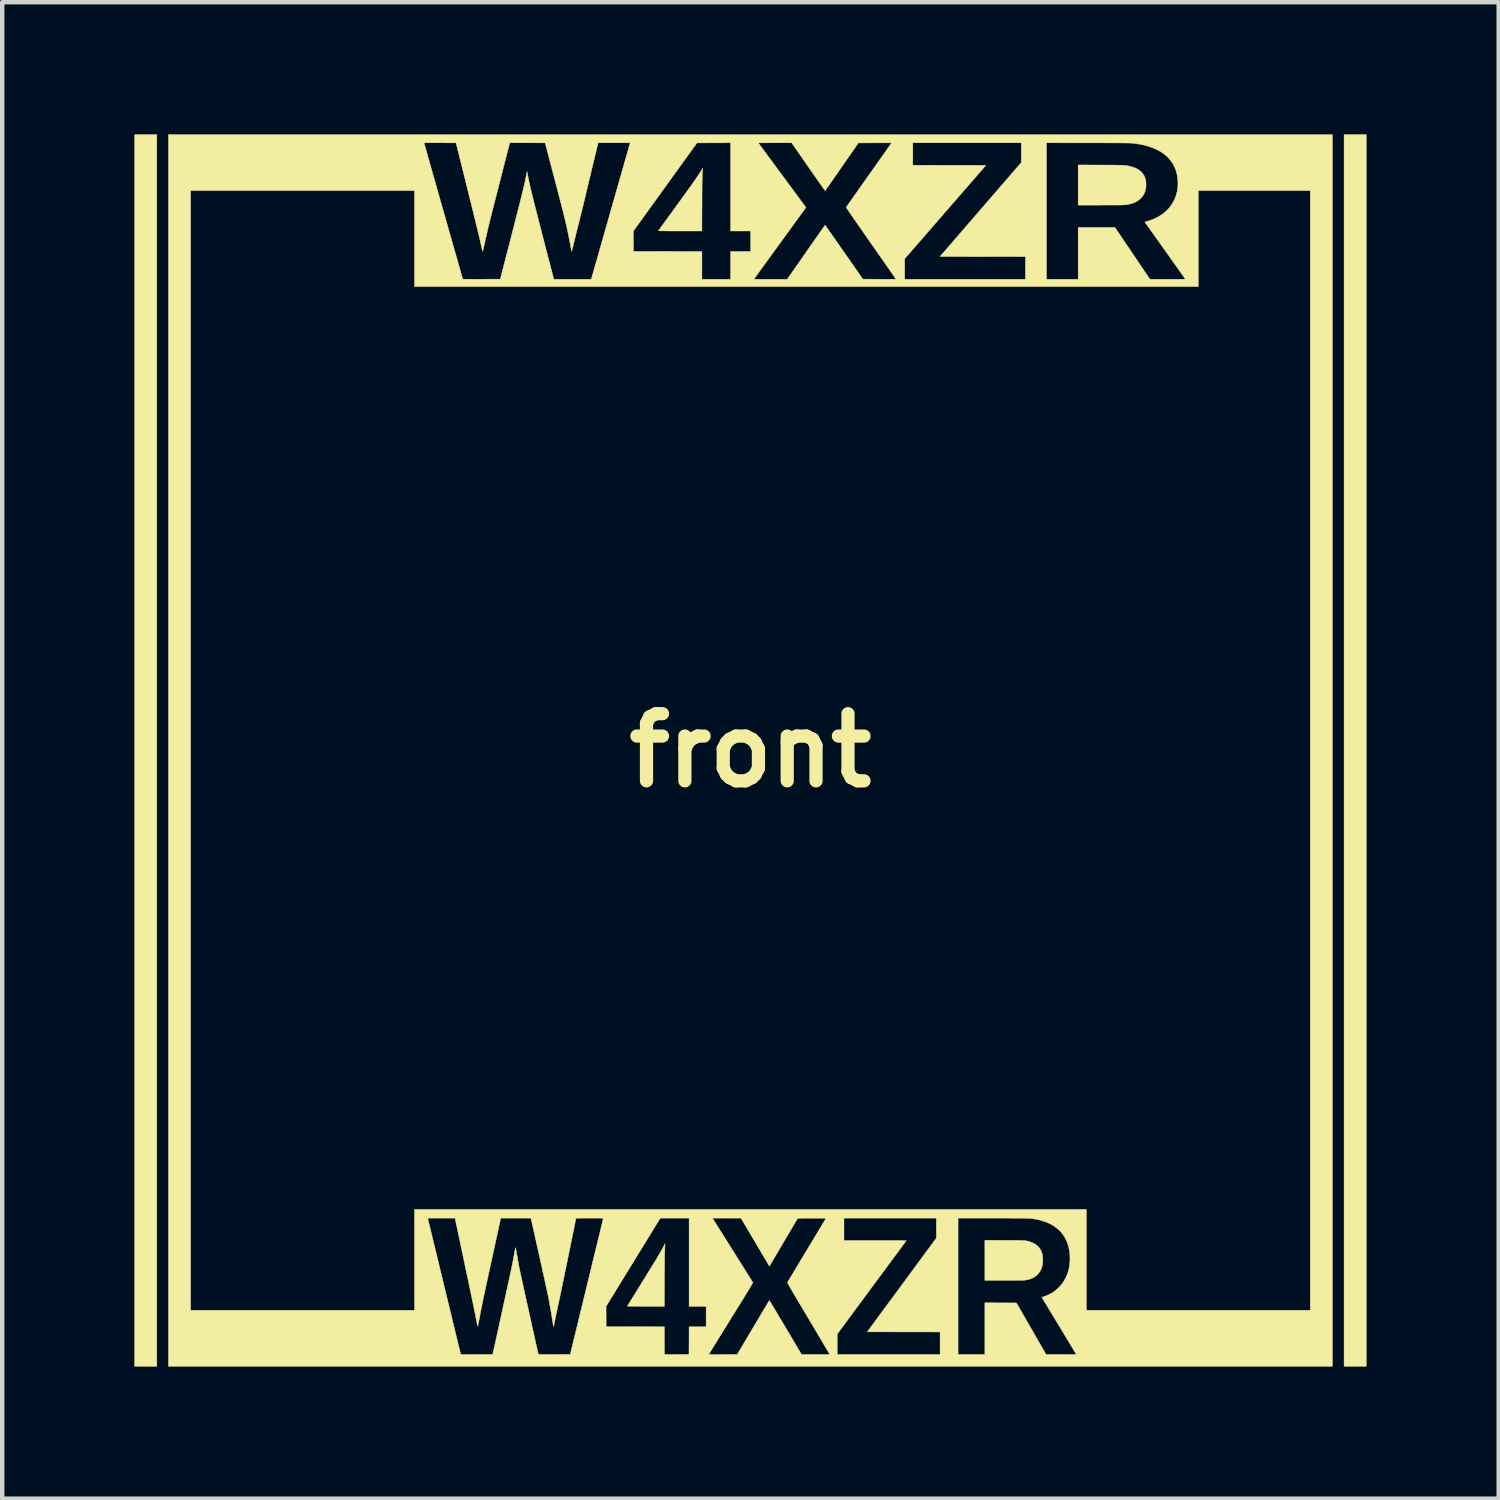
<source format=kicad_pcb>
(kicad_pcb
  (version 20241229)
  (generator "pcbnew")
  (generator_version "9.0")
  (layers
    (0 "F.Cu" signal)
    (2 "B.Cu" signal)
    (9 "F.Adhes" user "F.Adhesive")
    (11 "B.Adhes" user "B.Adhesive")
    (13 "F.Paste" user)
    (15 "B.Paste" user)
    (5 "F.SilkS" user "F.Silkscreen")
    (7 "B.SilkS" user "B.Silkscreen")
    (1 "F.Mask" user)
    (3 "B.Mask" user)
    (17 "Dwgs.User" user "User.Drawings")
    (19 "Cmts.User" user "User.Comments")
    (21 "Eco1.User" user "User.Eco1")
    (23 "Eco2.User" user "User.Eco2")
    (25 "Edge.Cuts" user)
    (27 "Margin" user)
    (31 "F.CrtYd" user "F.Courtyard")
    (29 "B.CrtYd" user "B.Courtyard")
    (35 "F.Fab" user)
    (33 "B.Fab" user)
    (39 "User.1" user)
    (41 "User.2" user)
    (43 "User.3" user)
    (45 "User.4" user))
  (footprint "front"
    (layer "F.Cu")
    (at 13.978 13.978)
    (property "Reference" "front" (at 0 0 0) (layer "F.SilkS") (effects (font (size 1.524 1.524) (thickness 0.3))))
    (attr through_hole)
    (fp_poly (pts (xy -13.47 13.973) (xy -13.973 13.973) (xy -13.973 -13.973) (xy -13.47 -13.973) (xy -13.47 13.973)) (stroke (width 0.01) (type solid)) (fill yes) (layer "F.SilkS"))
    (fp_poly (pts (xy 13.973 13.973) (xy 13.47 13.973) (xy 13.47 -13.973) (xy 13.973 -13.973) (xy 13.973 13.973)) (stroke (width 0.01) (type solid)) (fill yes) (layer "F.SilkS"))
    (fp_poly (pts (xy 5.763 11.116) (xy 5.845 11.116) (xy 5.918 11.117) (xy 5.982 11.117) (xy 6.038 11.118) (xy 6.086 11.118) (xy 6.127 11.119) (xy 6.163 11.12) (xy 6.193 11.122) (xy 6.219 11.123) (xy 6.241 11.126) (xy 6.261 11.128) (xy 6.278 11.131) (xy 6.294 11.135) (xy 6.31 11.139) (xy 6.325 11.143) (xy 6.342 11.149) (xy 6.354 11.153) (xy 6.418 11.178) (xy 6.473 11.211) (xy 6.521 11.25) (xy 6.561 11.296) (xy 6.592 11.347) (xy 6.615 11.405) (xy 6.619 11.419) (xy 6.629 11.473) (xy 6.634 11.532) (xy 6.634 11.593) (xy 6.628 11.652) (xy 6.618 11.704) (xy 6.597 11.767) (xy 6.567 11.824) (xy 6.529 11.875) (xy 6.483 11.919) (xy 6.43 11.955) (xy 6.371 11.985) (xy 6.304 12.006) (xy 6.232 12.019) (xy 6.216 12.021) (xy 6.19 12.022) (xy 6.153 12.023) (xy 6.107 12.023) (xy 6.05 12.024) (xy 5.984 12.025) (xy 5.908 12.025) (xy 5.822 12.025) (xy 5.752 12.025) (xy 5.319 12.025) (xy 5.319 11.114) (xy 5.763 11.116)) (stroke (width 0.01) (type solid)) (fill yes) (layer "F.SilkS"))
    (fp_poly (pts (xy 7.951 -13.283) (xy 8.039 -13.283) (xy 8.116 -13.283) (xy 8.185 -13.282) (xy 8.245 -13.282) (xy 8.297 -13.281) (xy 8.341 -13.281) (xy 8.38 -13.28) (xy 8.412 -13.279) (xy 8.439 -13.279) (xy 8.462 -13.278) (xy 8.481 -13.277) (xy 8.497 -13.276) (xy 8.51 -13.274) (xy 8.522 -13.273) (xy 8.525 -13.272) (xy 8.61 -13.256) (xy 8.686 -13.234) (xy 8.753 -13.207) (xy 8.812 -13.174) (xy 8.862 -13.134) (xy 8.902 -13.09) (xy 8.934 -13.039) (xy 8.957 -12.983) (xy 8.971 -12.925) (xy 8.975 -12.891) (xy 8.976 -12.851) (xy 8.976 -12.81) (xy 8.973 -12.772) (xy 8.969 -12.744) (xy 8.955 -12.686) (xy 8.935 -12.636) (xy 8.909 -12.591) (xy 8.875 -12.548) (xy 8.855 -12.528) (xy 8.81 -12.488) (xy 8.76 -12.455) (xy 8.706 -12.428) (xy 8.645 -12.407) (xy 8.576 -12.391) (xy 8.523 -12.382) (xy 8.511 -12.381) (xy 8.496 -12.38) (xy 8.479 -12.379) (xy 8.458 -12.378) (xy 8.433 -12.377) (xy 8.403 -12.376) (xy 8.368 -12.376) (xy 8.326 -12.375) (xy 8.277 -12.375) (xy 8.22 -12.375) (xy 8.156 -12.375) (xy 8.082 -12.375) (xy 7.999 -12.375) (xy 7.949 -12.374) (xy 7.436 -12.374) (xy 7.436 -13.286) (xy 7.951 -13.283)) (stroke (width 0.01) (type solid)) (fill yes) (layer "F.SilkS"))
    (fp_poly (pts (xy -1.934 11.194) (xy -1.937 11.207) (xy -1.939 11.225) (xy -1.94 11.249) (xy -1.942 11.279) (xy -1.943 11.315) (xy -1.945 11.358) (xy -1.946 11.409) (xy -1.947 11.467) (xy -1.948 11.533) (xy -1.949 11.608) (xy -1.95 11.692) (xy -1.95 11.785) (xy -1.951 11.888) (xy -1.951 11.997) (xy -1.954 12.613) (xy -2.375 12.613) (xy -2.454 12.613) (xy -2.523 12.613) (xy -2.583 12.612) (xy -2.634 12.612) (xy -2.676 12.612) (xy -2.711 12.611) (xy -2.739 12.611) (xy -2.76 12.61) (xy -2.775 12.609) (xy -2.785 12.608) (xy -2.79 12.607) (xy -2.791 12.606) (xy -2.788 12.601) (xy -2.78 12.587) (xy -2.766 12.565) (xy -2.748 12.537) (xy -2.726 12.501) (xy -2.7 12.459) (xy -2.671 12.412) (xy -2.639 12.359) (xy -2.603 12.302) (xy -2.566 12.241) (xy -2.526 12.177) (xy -2.484 12.109) (xy -2.457 12.065) (xy -2.4 11.973) (xy -2.348 11.89) (xy -2.302 11.814) (xy -2.26 11.746) (xy -2.222 11.685) (xy -2.188 11.63) (xy -2.158 11.581) (xy -2.131 11.537) (xy -2.108 11.497) (xy -2.087 11.462) (xy -2.068 11.43) (xy -2.051 11.402) (xy -2.036 11.376) (xy -2.023 11.352) (xy -2.01 11.329) (xy -1.998 11.307) (xy -1.987 11.286) (xy -1.976 11.266) (xy -1.962 11.24) (xy -1.95 11.218) (xy -1.941 11.203) (xy -1.936 11.194) (xy -1.934 11.194) (xy -1.934 11.194)) (stroke (width 0.01) (type solid)) (fill yes) (layer "F.SilkS"))
    (fp_poly (pts (xy -1.082 -13.206) (xy -1.082 -13.2) (xy -1.084 -13.186) (xy -1.086 -13.169) (xy -1.088 -13.149) (xy -1.09 -13.127) (xy -1.091 -13.1) (xy -1.092 -13.069) (xy -1.094 -13.033) (xy -1.095 -12.992) (xy -1.095 -12.945) (xy -1.096 -12.89) (xy -1.097 -12.829) (xy -1.097 -12.76) (xy -1.098 -12.682) (xy -1.099 -12.595) (xy -1.099 -12.499) (xy -1.099 -12.416) (xy -1.102 -11.787) (xy -1.596 -11.787) (xy -1.683 -11.787) (xy -1.759 -11.787) (xy -1.826 -11.787) (xy -1.884 -11.787) (xy -1.933 -11.788) (xy -1.974 -11.788) (xy -2.008 -11.789) (xy -2.035 -11.789) (xy -2.056 -11.79) (xy -2.071 -11.791) (xy -2.081 -11.792) (xy -2.086 -11.793) (xy -2.087 -11.794) (xy -2.084 -11.799) (xy -2.074 -11.812) (xy -2.059 -11.832) (xy -2.039 -11.86) (xy -2.015 -11.894) (xy -1.986 -11.934) (xy -1.953 -11.98) (xy -1.916 -12.03) (xy -1.876 -12.085) (xy -1.833 -12.144) (xy -1.788 -12.206) (xy -1.741 -12.271) (xy -1.692 -12.338) (xy -1.689 -12.343) (xy -1.619 -12.439) (xy -1.555 -12.528) (xy -1.496 -12.609) (xy -1.443 -12.683) (xy -1.395 -12.75) (xy -1.351 -12.81) (xy -1.312 -12.865) (xy -1.277 -12.915) (xy -1.246 -12.96) (xy -1.219 -13) (xy -1.194 -13.036) (xy -1.172 -13.068) (xy -1.153 -13.098) (xy -1.136 -13.125) (xy -1.121 -13.149) (xy -1.112 -13.163) (xy -1.099 -13.186) (xy -1.089 -13.2) (xy -1.084 -13.207) (xy -1.082 -13.206)) (stroke (width 0.01) (type solid)) (fill yes) (layer "F.SilkS"))
    (fp_poly (pts (xy 13.205 13.973) (xy -13.205 13.973) (xy -13.205 13.708) (xy -0.949 13.708) (xy -0.624 13.707) (xy -0.3 13.706) (xy 0.063 13.093) (xy 0.107 13.019) (xy 0.149 12.948) (xy 0.19 12.88) (xy 0.228 12.815) (xy 0.264 12.754) (xy 0.298 12.698) (xy 0.328 12.648) (xy 0.355 12.603) (xy 0.378 12.564) (xy 0.398 12.532) (xy 0.413 12.507) (xy 0.423 12.49) (xy 0.428 12.482) (xy 0.429 12.481) (xy 0.432 12.485) (xy 0.44 12.498) (xy 0.453 12.519) (xy 0.47 12.548) (xy 0.492 12.583) (xy 0.517 12.625) (xy 0.546 12.674) (xy 0.578 12.727) (xy 0.613 12.785) (xy 0.65 12.848) (xy 0.69 12.915) (xy 0.732 12.985) (xy 0.775 13.058) (xy 0.797 13.094) (xy 1.161 13.708) (xy 1.48 13.708) (xy 1.537 13.708) (xy 1.591 13.708) (xy 1.641 13.708) (xy 1.685 13.707) (xy 1.724 13.707) (xy 1.755 13.706) (xy 1.779 13.706) (xy 1.794 13.705) (xy 1.8 13.704) (xy 1.8 13.704) (xy 1.797 13.699) (xy 1.789 13.686) (xy 1.776 13.664) (xy 1.759 13.635) (xy 1.737 13.598) (xy 1.712 13.554) (xy 1.682 13.505) (xy 1.649 13.449) (xy 1.613 13.388) (xy 1.574 13.322) (xy 1.532 13.251) (xy 1.527 13.243) (xy 1.969 13.243) (xy 1.969 13.708) (xy 4.303 13.708) (xy 4.711 13.708) (xy 5.319 13.708) (xy 5.319 12.533) (xy 5.677 12.535) (xy 6.035 12.536) (xy 6.372 13.122) (xy 6.709 13.708) (xy 7.052 13.708) (xy 7.122 13.708) (xy 7.182 13.708) (xy 7.233 13.708) (xy 7.275 13.708) (xy 7.31 13.707) (xy 7.337 13.707) (xy 7.358 13.706) (xy 7.374 13.705) (xy 7.384 13.704) (xy 7.39 13.703) (xy 7.392 13.702) (xy 7.392 13.701) (xy 7.389 13.696) (xy 7.381 13.683) (xy 7.369 13.661) (xy 7.352 13.633) (xy 7.331 13.598) (xy 7.306 13.557) (xy 7.278 13.511) (xy 7.247 13.46) (xy 7.214 13.405) (xy 7.179 13.346) (xy 7.142 13.285) (xy 7.104 13.222) (xy 7.064 13.157) (xy 7.025 13.091) (xy 6.985 13.025) (xy 6.945 12.959) (xy 6.906 12.894) (xy 6.868 12.831) (xy 6.831 12.77) (xy 6.795 12.712) (xy 6.762 12.657) (xy 6.731 12.606) (xy 6.704 12.56) (xy 6.679 12.52) (xy 6.658 12.485) (xy 6.641 12.457) (xy 6.628 12.436) (xy 6.62 12.423) (xy 6.618 12.419) (xy 6.615 12.414) (xy 6.616 12.41) (xy 6.621 12.406) (xy 6.632 12.402) (xy 6.651 12.395) (xy 6.67 12.388) (xy 6.724 12.369) (xy 6.779 12.344) (xy 6.832 12.316) (xy 6.879 12.287) (xy 6.884 12.284) (xy 6.916 12.259) (xy 6.952 12.229) (xy 6.988 12.195) (xy 7.023 12.159) (xy 7.053 12.124) (xy 7.071 12.102) (xy 7.125 12.021) (xy 7.169 11.936) (xy 7.204 11.846) (xy 7.229 11.752) (xy 7.245 11.653) (xy 7.251 11.55) (xy 7.251 11.535) (xy 7.247 11.431) (xy 7.234 11.332) (xy 7.213 11.239) (xy 7.183 11.151) (xy 7.145 11.07) (xy 7.099 10.995) (xy 7.045 10.926) (xy 7.015 10.895) (xy 6.948 10.836) (xy 6.873 10.783) (xy 6.79 10.737) (xy 6.7 10.698) (xy 6.603 10.666) (xy 6.499 10.641) (xy 6.389 10.623) (xy 6.335 10.618) (xy 6.321 10.617) (xy 6.296 10.616) (xy 6.261 10.615) (xy 6.216 10.615) (xy 6.161 10.614) (xy 6.097 10.614) (xy 6.024 10.613) (xy 5.942 10.613) (xy 5.852 10.612) (xy 5.753 10.612) (xy 5.646 10.612) (xy 5.531 10.612) (xy 5.493 10.612) (xy 4.711 10.612) (xy 4.711 13.708) (xy 4.303 13.708) (xy 4.303 13.195) (xy 3.477 13.194) (xy 2.651 13.192) (xy 3.435 12.129) (xy 4.218 11.065) (xy 4.218 10.612) (xy 2.122 10.612) (xy 2.122 11.12) (xy 2.829 11.12) (xy 2.915 11.12) (xy 2.997 11.12) (xy 3.076 11.12) (xy 3.151 11.12) (xy 3.221 11.121) (xy 3.286 11.121) (xy 3.344 11.121) (xy 3.396 11.121) (xy 3.441 11.121) (xy 3.478 11.122) (xy 3.506 11.122) (xy 3.525 11.122) (xy 3.535 11.122) (xy 3.536 11.123) (xy 3.532 11.127) (xy 3.523 11.14) (xy 3.508 11.16) (xy 3.488 11.188) (xy 3.462 11.222) (xy 3.432 11.264) (xy 3.397 11.312) (xy 3.357 11.366) (xy 3.313 11.425) (xy 3.265 11.49) (xy 3.214 11.559) (xy 3.159 11.634) (xy 3.101 11.712) (xy 3.041 11.794) (xy 2.977 11.879) (xy 2.912 11.968) (xy 2.844 12.059) (xy 2.775 12.153) (xy 2.752 12.184) (xy 1.969 13.243) (xy 1.527 13.243) (xy 1.488 13.176) (xy 1.441 13.098) (xy 1.393 13.017) (xy 1.343 12.933) (xy 1.318 12.891) (xy 1.256 12.788) (xy 1.2 12.693) (xy 1.149 12.608) (xy 1.103 12.53) (xy 1.061 12.46) (xy 1.024 12.397) (xy 0.991 12.34) (xy 0.962 12.291) (xy 0.937 12.247) (xy 0.915 12.21) (xy 0.896 12.177) (xy 0.881 12.15) (xy 0.868 12.128) (xy 0.858 12.109) (xy 0.85 12.095) (xy 0.845 12.084) (xy 0.842 12.077) (xy 0.841 12.072) (xy 0.841 12.07) (xy 0.844 12.065) (xy 0.852 12.05) (xy 0.865 12.028) (xy 0.883 11.998) (xy 0.906 11.961) (xy 0.932 11.918) (xy 0.962 11.868) (xy 0.995 11.812) (xy 1.031 11.752) (xy 1.07 11.687) (xy 1.112 11.617) (xy 1.156 11.544) (xy 1.202 11.468) (xy 1.249 11.389) (xy 1.28 11.338) (xy 1.328 11.258) (xy 1.375 11.181) (xy 1.42 11.106) (xy 1.463 11.034) (xy 1.504 10.967) (xy 1.542 10.904) (xy 1.576 10.846) (xy 1.608 10.793) (xy 1.636 10.746) (xy 1.661 10.706) (xy 1.681 10.672) (xy 1.697 10.646) (xy 1.708 10.627) (xy 1.714 10.617) (xy 1.715 10.615) (xy 1.71 10.614) (xy 1.695 10.614) (xy 1.671 10.613) (xy 1.64 10.613) (xy 1.601 10.613) (xy 1.557 10.613) (xy 1.508 10.613) (xy 1.454 10.613) (xy 1.397 10.613) (xy 1.394 10.613) (xy 1.073 10.615) (xy 0.751 11.159) (xy 0.43 11.702) (xy 0.108 11.157) (xy -0.214 10.612) (xy -0.539 10.612) (xy -0.863 10.612) (xy -0.849 10.634) (xy -0.83 10.665) (xy -0.806 10.701) (xy -0.78 10.744) (xy -0.749 10.792) (xy -0.716 10.845) (xy -0.68 10.902) (xy -0.642 10.962) (xy -0.602 11.026) (xy -0.56 11.092) (xy -0.517 11.161) (xy -0.473 11.23) (xy -0.429 11.301) (xy -0.384 11.372) (xy -0.34 11.442) (xy -0.296 11.512) (xy -0.254 11.579) (xy -0.212 11.645) (xy -0.173 11.709) (xy -0.135 11.769) (xy -0.1 11.825) (xy -0.067 11.877) (xy -0.037 11.924) (xy -0.011 11.966) (xy 0.011 12.001) (xy 0.029 12.03) (xy 0.042 12.051) (xy 0.051 12.065) (xy 0.054 12.07) (xy 0.054 12.07) (xy 0.054 12.073) (xy 0.052 12.078) (xy 0.049 12.085) (xy 0.043 12.096) (xy 0.036 12.11) (xy 0.025 12.128) (xy 0.013 12.15) (xy -0.003 12.176) (xy -0.022 12.208) (xy -0.044 12.245) (xy -0.07 12.287) (xy -0.1 12.335) (xy -0.133 12.39) (xy -0.171 12.452) (xy -0.214 12.521) (xy -0.261 12.597) (xy -0.313 12.681) (xy -0.37 12.773) (xy -0.433 12.874) (xy -0.435 12.877) (xy -0.487 12.962) (xy -0.537 13.044) (xy -0.587 13.123) (xy -0.634 13.199) (xy -0.678 13.271) (xy -0.721 13.339) (xy -0.76 13.403) (xy -0.796 13.461) (xy -0.829 13.514) (xy -0.858 13.561) (xy -0.883 13.602) (xy -0.904 13.635) (xy -0.92 13.661) (xy -0.931 13.68) (xy -0.937 13.69) (xy -0.938 13.691) (xy -0.949 13.708) (xy -13.205 13.708) (xy -13.205 -12.703) (xy -12.703 -12.703) (xy -12.703 12.703) (xy -7.622 12.703) (xy -7.622 10.612) (xy -7.324 10.612) (xy -7.317 10.64) (xy -7.315 10.647) (xy -7.311 10.664) (xy -7.305 10.691) (xy -7.296 10.727) (xy -7.285 10.771) (xy -7.272 10.824) (xy -7.258 10.884) (xy -7.241 10.952) (xy -7.223 11.027) (xy -7.203 11.109) (xy -7.182 11.196) (xy -7.159 11.29) (xy -7.135 11.388) (xy -7.11 11.492) (xy -7.084 11.6) (xy -7.057 11.713) (xy -7.029 11.829) (xy -7 11.948) (xy -6.97 12.07) (xy -6.944 12.179) (xy -6.914 12.303) (xy -6.885 12.424) (xy -6.856 12.543) (xy -6.828 12.658) (xy -6.801 12.769) (xy -6.775 12.876) (xy -6.751 12.978) (xy -6.727 13.075) (xy -6.705 13.167) (xy -6.684 13.253) (xy -6.665 13.332) (xy -6.647 13.405) (xy -6.631 13.471) (xy -6.617 13.529) (xy -6.605 13.58) (xy -6.594 13.622) (xy -6.586 13.655) (xy -6.58 13.679) (xy -6.577 13.694) (xy -6.576 13.699) (xy -6.575 13.701) (xy -6.572 13.702) (xy -6.568 13.704) (xy -6.56 13.705) (xy -6.549 13.706) (xy -6.534 13.706) (xy -6.513 13.707) (xy -6.487 13.707) (xy -6.454 13.708) (xy -6.414 13.708) (xy -6.366 13.708) (xy -6.309 13.708) (xy -6.243 13.708) (xy -6.211 13.708) (xy -5.85 13.708) (xy -5.846 13.695) (xy -5.844 13.685) (xy -5.84 13.666) (xy -5.833 13.638) (xy -5.825 13.601) (xy -5.815 13.556) (xy -5.804 13.505) (xy -5.791 13.446) (xy -5.777 13.382) (xy -5.762 13.313) (xy -5.746 13.239) (xy -5.729 13.161) (xy -5.711 13.08) (xy -5.692 12.996) (xy -5.674 12.91) (xy -5.655 12.823) (xy -5.635 12.735) (xy -5.616 12.646) (xy -5.597 12.559) (xy -5.578 12.472) (xy -5.559 12.387) (xy -5.541 12.305) (xy -5.524 12.226) (xy -5.508 12.15) (xy -5.492 12.079) (xy -5.478 12.013) (xy -5.465 11.952) (xy -5.453 11.897) (xy -5.443 11.85) (xy -5.434 11.81) (xy -5.427 11.778) (xy -5.422 11.755) (xy -5.42 11.745) (xy -5.41 11.695) (xy -5.399 11.639) (xy -5.387 11.58) (xy -5.376 11.522) (xy -5.366 11.468) (xy -5.362 11.443) (xy -5.355 11.404) (xy -5.348 11.368) (xy -5.342 11.337) (xy -5.337 11.312) (xy -5.334 11.294) (xy -5.332 11.285) (xy -5.331 11.284) (xy -5.329 11.285) (xy -5.326 11.295) (xy -5.323 11.312) (xy -5.321 11.324) (xy -5.317 11.346) (xy -5.312 11.376) (xy -5.306 11.413) (xy -5.298 11.455) (xy -5.29 11.5) (xy -5.282 11.546) (xy -5.274 11.591) (xy -5.266 11.634) (xy -5.26 11.672) (xy -5.254 11.703) (xy -5.25 11.723) (xy -5.247 11.739) (xy -5.242 11.763) (xy -5.235 11.796) (xy -5.226 11.836) (xy -5.215 11.884) (xy -5.203 11.939) (xy -5.19 12) (xy -5.176 12.066) (xy -5.16 12.137) (xy -5.144 12.212) (xy -5.126 12.291) (xy -5.108 12.373) (xy -5.09 12.457) (xy -5.071 12.543) (xy -5.051 12.63) (xy -5.032 12.718) (xy -5.013 12.806) (xy -4.993 12.893) (xy -4.974 12.979) (xy -4.956 13.063) (xy -4.938 13.144) (xy -4.92 13.222) (xy -4.904 13.297) (xy -4.888 13.367) (xy -4.874 13.433) (xy -4.86 13.492) (xy -4.848 13.546) (xy -4.838 13.593) (xy -4.829 13.632) (xy -4.822 13.664) (xy -4.816 13.687) (xy -4.813 13.7) (xy -4.812 13.704) (xy -4.806 13.705) (xy -4.79 13.706) (xy -4.766 13.706) (xy -4.734 13.707) (xy -4.694 13.707) (xy -4.649 13.707) (xy -4.598 13.707) (xy -4.542 13.707) (xy -4.483 13.707) (xy -4.448 13.707) (xy -4.089 13.706) (xy -3.824 12.615) (xy -3.276 12.615) (xy -3.275 12.845) (xy -3.274 13.076) (xy -1.953 13.078) (xy -1.953 13.39) (xy -1.953 13.446) (xy -1.953 13.5) (xy -1.953 13.549) (xy -1.952 13.593) (xy -1.952 13.631) (xy -1.951 13.662) (xy -1.951 13.685) (xy -1.95 13.7) (xy -1.949 13.705) (xy -1.944 13.705) (xy -1.928 13.706) (xy -1.904 13.706) (xy -1.873 13.707) (xy -1.834 13.707) (xy -1.791 13.707) (xy -1.742 13.707) (xy -1.69 13.707) (xy -1.67 13.707) (xy -1.395 13.706) (xy -1.393 13.392) (xy -1.392 13.078) (xy -1.006 13.078) (xy -1.006 12.613) (xy -1.392 12.613) (xy -1.392 10.612) (xy -1.719 10.612) (xy -2.046 10.612) (xy -2.661 11.614) (xy -3.276 12.615) (xy -3.824 12.615) (xy -3.714 12.165) (xy -3.684 12.04) (xy -3.654 11.918) (xy -3.625 11.798) (xy -3.597 11.682) (xy -3.57 11.57) (xy -3.544 11.462) (xy -3.518 11.358) (xy -3.495 11.26) (xy -3.472 11.167) (xy -3.451 11.08) (xy -3.431 10.999) (xy -3.413 10.925) (xy -3.397 10.858) (xy -3.383 10.798) (xy -3.37 10.746) (xy -3.36 10.703) (xy -3.351 10.668) (xy -3.345 10.642) (xy -3.341 10.625) (xy -3.34 10.619) (xy -3.34 10.619) (xy -3.342 10.617) (xy -3.348 10.616) (xy -3.36 10.615) (xy -3.378 10.614) (xy -3.402 10.613) (xy -3.433 10.613) (xy -3.473 10.612) (xy -3.52 10.612) (xy -3.577 10.612) (xy -3.644 10.612) (xy -3.649 10.612) (xy -3.706 10.612) (xy -3.758 10.612) (xy -3.807 10.612) (xy -3.851 10.613) (xy -3.888 10.613) (xy -3.919 10.613) (xy -3.941 10.614) (xy -3.955 10.614) (xy -3.959 10.615) (xy -3.96 10.621) (xy -3.963 10.637) (xy -3.968 10.662) (xy -3.975 10.695) (xy -3.983 10.737) (xy -3.993 10.785) (xy -4.004 10.84) (xy -4.016 10.901) (xy -4.03 10.967) (xy -4.044 11.038) (xy -4.06 11.113) (xy -4.076 11.191) (xy -4.092 11.272) (xy -4.109 11.355) (xy -4.126 11.439) (xy -4.144 11.524) (xy -4.161 11.61) (xy -4.179 11.695) (xy -4.196 11.779) (xy -4.213 11.861) (xy -4.229 11.941) (xy -4.245 12.017) (xy -4.26 12.091) (xy -4.275 12.16) (xy -4.288 12.224) (xy -4.3 12.282) (xy -4.311 12.334) (xy -4.32 12.38) (xy -4.328 12.418) (xy -4.335 12.448) (xy -4.339 12.469) (xy -4.34 12.472) (xy -4.351 12.522) (xy -4.362 12.576) (xy -4.375 12.633) (xy -4.387 12.691) (xy -4.4 12.75) (xy -4.412 12.808) (xy -4.423 12.862) (xy -4.433 12.913) (xy -4.442 12.958) (xy -4.45 12.995) (xy -4.456 13.025) (xy -4.457 13.031) (xy -4.461 13.049) (xy -4.464 13.063) (xy -4.467 13.069) (xy -4.468 13.065) (xy -4.471 13.052) (xy -4.476 13.031) (xy -4.481 13.002) (xy -4.486 12.969) (xy -4.493 12.931) (xy -4.495 12.913) (xy -4.52 12.76) (xy -4.546 12.612) (xy -4.571 12.472) (xy -4.581 12.417) (xy -4.584 12.404) (xy -4.589 12.381) (xy -4.596 12.349) (xy -4.604 12.309) (xy -4.615 12.262) (xy -4.627 12.207) (xy -4.64 12.147) (xy -4.654 12.081) (xy -4.67 12.01) (xy -4.686 11.935) (xy -4.704 11.856) (xy -4.722 11.775) (xy -4.74 11.692) (xy -4.759 11.608) (xy -4.778 11.522) (xy -4.796 11.437) (xy -4.815 11.353) (xy -4.834 11.27) (xy -4.852 11.189) (xy -4.869 11.11) (xy -4.886 11.036) (xy -4.901 10.965) (xy -4.916 10.899) (xy -4.93 10.839) (xy -4.942 10.785) (xy -4.952 10.739) (xy -4.961 10.699) (xy -4.968 10.668) (xy -4.971 10.658) (xy -4.981 10.612) (xy -5.666 10.612) (xy -5.863 11.518) (xy -5.89 11.64) (xy -5.914 11.753) (xy -5.937 11.856) (xy -5.957 11.95) (xy -5.976 12.037) (xy -5.993 12.116) (xy -6.009 12.189) (xy -6.023 12.255) (xy -6.036 12.316) (xy -6.048 12.373) (xy -6.059 12.424) (xy -6.069 12.473) (xy -6.078 12.518) (xy -6.087 12.561) (xy -6.095 12.602) (xy -6.103 12.641) (xy -6.111 12.68) (xy -6.119 12.719) (xy -6.126 12.759) (xy -6.134 12.8) (xy -6.142 12.843) (xy -6.148 12.872) (xy -6.156 12.915) (xy -6.164 12.955) (xy -6.171 12.99) (xy -6.177 13.02) (xy -6.181 13.044) (xy -6.185 13.059) (xy -6.186 13.064) (xy -6.188 13.063) (xy -6.192 13.051) (xy -6.197 13.03) (xy -6.204 13) (xy -6.21 12.968) (xy -6.217 12.933) (xy -6.225 12.894) (xy -6.233 12.852) (xy -6.242 12.805) (xy -6.253 12.754) (xy -6.264 12.697) (xy -6.277 12.635) (xy -6.291 12.567) (xy -6.307 12.492) (xy -6.323 12.411) (xy -6.342 12.323) (xy -6.362 12.227) (xy -6.384 12.123) (xy -6.407 12.011) (xy -6.433 11.889) (xy -6.461 11.759) (xy -6.49 11.619) (xy -6.513 11.51) (xy -6.703 10.612) (xy -7.324 10.612) (xy -7.622 10.612) (xy -7.622 10.416) (xy 7.622 10.416) (xy 7.622 12.703) (xy 12.703 12.703) (xy 12.703 -12.703) (xy 10.162 -12.703) (xy 10.162 -10.527) (xy -7.622 -10.527) (xy -7.622 -12.703) (xy -12.703 -12.703) (xy -13.205 -12.703) (xy -13.205 -13.788) (xy -7.406 -13.788) (xy -7.403 -13.773) (xy -7.401 -13.767) (xy -7.397 -13.751) (xy -7.39 -13.726) (xy -7.38 -13.693) (xy -7.369 -13.651) (xy -7.354 -13.601) (xy -7.338 -13.544) (xy -7.32 -13.48) (xy -7.3 -13.41) (xy -7.279 -13.334) (xy -7.256 -13.253) (xy -7.231 -13.167) (xy -7.206 -13.076) (xy -7.179 -12.982) (xy -7.151 -12.884) (xy -7.122 -12.783) (xy -7.093 -12.679) (xy -7.063 -12.574) (xy -7.033 -12.467) (xy -7.002 -12.359) (xy -6.971 -12.251) (xy -6.94 -12.142) (xy -6.909 -12.034) (xy -6.879 -11.927) (xy -6.849 -11.821) (xy -6.819 -11.717) (xy -6.79 -11.615) (xy -6.762 -11.516) (xy -6.735 -11.421) (xy -6.709 -11.329) (xy -6.684 -11.242) (xy -6.66 -11.159) (xy -6.638 -11.081) (xy -6.618 -11.01) (xy -6.599 -10.944) (xy -6.582 -10.885) (xy -6.568 -10.833) (xy -6.555 -10.789) (xy -6.545 -10.753) (xy -6.537 -10.726) (xy -6.532 -10.707) (xy -6.529 -10.699) (xy -6.529 -10.698) (xy -6.526 -10.697) (xy -6.52 -10.696) (xy -6.508 -10.695) (xy -6.491 -10.694) (xy -6.468 -10.693) (xy -6.439 -10.693) (xy -6.402 -10.693) (xy -6.358 -10.692) (xy -6.305 -10.692) (xy -6.243 -10.692) (xy -6.172 -10.692) (xy -6.101 -10.693) (xy -5.676 -10.694) (xy -5.466 -11.509) (xy -5.432 -11.642) (xy -5.4 -11.766) (xy -5.371 -11.88) (xy -5.344 -11.985) (xy -5.319 -12.082) (xy -5.296 -12.171) (xy -5.276 -12.252) (xy -5.257 -12.327) (xy -5.239 -12.395) (xy -5.223 -12.458) (xy -5.209 -12.514) (xy -5.196 -12.566) (xy -5.185 -12.613) (xy -5.174 -12.657) (xy -5.164 -12.696) (xy -5.156 -12.733) (xy -5.148 -12.767) (xy -5.14 -12.798) (xy -5.133 -12.828) (xy -5.127 -12.857) (xy -5.121 -12.885) (xy -5.116 -12.906) (xy -5.107 -12.948) (xy -5.099 -12.988) (xy -5.091 -13.024) (xy -5.084 -13.055) (xy -5.079 -13.08) (xy -5.075 -13.097) (xy -5.075 -13.1) (xy -5.067 -13.134) (xy -5.058 -13.081) (xy -5.051 -13.046) (xy -5.045 -13.01) (xy -5.038 -12.974) (xy -5.03 -12.936) (xy -5.021 -12.896) (xy -5.012 -12.853) (xy -5.002 -12.808) (xy -4.99 -12.759) (xy -4.978 -12.705) (xy -4.964 -12.648) (xy -4.949 -12.585) (xy -4.932 -12.516) (xy -4.913 -12.442) (xy -4.893 -12.361) (xy -4.87 -12.273) (xy -4.846 -12.177) (xy -4.819 -12.073) (xy -4.79 -11.96) (xy -4.759 -11.838) (xy -4.725 -11.706) (xy -4.723 -11.7) (xy -4.698 -11.601) (xy -4.673 -11.505) (xy -4.649 -11.412) (xy -4.626 -11.323) (xy -4.604 -11.238) (xy -4.583 -11.157) (xy -4.563 -11.082) (xy -4.545 -11.012) (xy -4.529 -10.948) (xy -4.514 -10.891) (xy -4.501 -10.841) (xy -4.49 -10.799) (xy -4.481 -10.765) (xy -4.475 -10.74) (xy -4.471 -10.725) (xy -4.469 -10.719) (xy -4.462 -10.691) (xy -3.612 -10.691) (xy -3.3 -11.784) (xy -2.657 -11.784) (xy -2.656 -11.554) (xy -2.654 -11.324) (xy -1.878 -11.323) (xy -1.101 -11.321) (xy -1.101 -10.691) (xy -0.45 -10.691) (xy -0.45 -10.694) (xy 0.079 -10.694) (xy 0.085 -10.694) (xy 0.099 -10.693) (xy 0.123 -10.693) (xy 0.155 -10.693) (xy 0.194 -10.692) (xy 0.24 -10.692) (xy 0.291 -10.692) (xy 0.347 -10.692) (xy 0.406 -10.691) (xy 0.457 -10.691) (xy 0.835 -10.691) (xy 3.499 -10.691) (xy 6.24 -10.691) (xy 6.717 -10.691) (xy 7.436 -10.691) (xy 7.436 -11.866) (xy 8.271 -11.866) (xy 8.668 -11.279) (xy 9.064 -10.692) (xy 9.468 -10.692) (xy 9.55 -10.692) (xy 9.622 -10.692) (xy 9.683 -10.692) (xy 9.736 -10.692) (xy 9.779 -10.693) (xy 9.813 -10.693) (xy 9.839 -10.694) (xy 9.856 -10.695) (xy 9.866 -10.696) (xy 9.868 -10.697) (xy 9.865 -10.702) (xy 9.855 -10.715) (xy 9.841 -10.736) (xy 9.821 -10.764) (xy 9.796 -10.798) (xy 9.767 -10.839) (xy 9.734 -10.886) (xy 9.698 -10.938) (xy 9.657 -10.994) (xy 9.614 -11.055) (xy 9.568 -11.12) (xy 9.519 -11.189) (xy 9.469 -11.26) (xy 9.417 -11.333) (xy 9.407 -11.347) (xy 8.949 -11.991) (xy 8.975 -11.998) (xy 9.08 -12.03) (xy 9.177 -12.069) (xy 9.267 -12.116) (xy 9.349 -12.169) (xy 9.423 -12.228) (xy 9.488 -12.295) (xy 9.546 -12.367) (xy 9.595 -12.447) (xy 9.636 -12.532) (xy 9.659 -12.596) (xy 9.682 -12.681) (xy 9.696 -12.77) (xy 9.701 -12.862) (xy 9.697 -12.954) (xy 9.685 -13.045) (xy 9.664 -13.133) (xy 9.653 -13.165) (xy 9.619 -13.249) (xy 9.576 -13.328) (xy 9.524 -13.4) (xy 9.464 -13.467) (xy 9.395 -13.527) (xy 9.317 -13.581) (xy 9.231 -13.629) (xy 9.136 -13.671) (xy 9.058 -13.699) (xy 8.995 -13.718) (xy 8.933 -13.735) (xy 8.869 -13.749) (xy 8.8 -13.761) (xy 8.724 -13.772) (xy 8.701 -13.775) (xy 8.692 -13.777) (xy 8.681 -13.778) (xy 8.67 -13.779) (xy 8.656 -13.779) (xy 8.641 -13.78) (xy 8.622 -13.781) (xy 8.6 -13.782) (xy 8.575 -13.782) (xy 8.545 -13.783) (xy 8.511 -13.783) (xy 8.471 -13.784) (xy 8.426 -13.784) (xy 8.375 -13.784) (xy 8.317 -13.785) (xy 8.252 -13.785) (xy 8.179 -13.785) (xy 8.098 -13.785) (xy 8.008 -13.786) (xy 7.91 -13.786) (xy 7.801 -13.786) (xy 7.683 -13.786) (xy 7.673 -13.786) (xy 6.717 -13.788) (xy 6.717 -10.691) (xy 6.24 -10.691) (xy 6.24 -11.205) (xy 5.271 -11.206) (xy 4.302 -11.207) (xy 5.223 -12.273) (xy 6.145 -13.339) (xy 6.145 -13.788) (xy 3.684 -13.788) (xy 3.684 -13.28) (xy 4.513 -13.278) (xy 5.342 -13.277) (xy 4.42 -12.216) (xy 3.499 -11.155) (xy 3.499 -10.923) (xy 3.499 -10.691) (xy 0.835 -10.691) (xy 1.263 -11.305) (xy 1.313 -11.378) (xy 1.362 -11.448) (xy 1.409 -11.514) (xy 1.453 -11.578) (xy 1.495 -11.638) (xy 1.534 -11.693) (xy 1.569 -11.743) (xy 1.601 -11.789) (xy 1.628 -11.828) (xy 1.651 -11.861) (xy 1.67 -11.887) (xy 1.683 -11.905) (xy 1.691 -11.916) (xy 1.694 -11.919) (xy 1.697 -11.915) (xy 1.706 -11.902) (xy 1.72 -11.882) (xy 1.74 -11.855) (xy 1.764 -11.821) (xy 1.792 -11.78) (xy 1.824 -11.734) (xy 1.86 -11.683) (xy 1.9 -11.627) (xy 1.942 -11.566) (xy 1.987 -11.502) (xy 2.034 -11.434) (xy 2.083 -11.364) (xy 2.123 -11.307) (xy 2.55 -10.694) (xy 2.926 -10.693) (xy 2.988 -10.692) (xy 3.047 -10.692) (xy 3.102 -10.692) (xy 3.152 -10.692) (xy 3.196 -10.692) (xy 3.234 -10.693) (xy 3.264 -10.693) (xy 3.286 -10.693) (xy 3.299 -10.694) (xy 3.303 -10.694) (xy 3.3 -10.698) (xy 3.291 -10.711) (xy 3.277 -10.732) (xy 3.257 -10.76) (xy 3.233 -10.795) (xy 3.204 -10.836) (xy 3.171 -10.884) (xy 3.134 -10.937) (xy 3.093 -10.996) (xy 3.049 -11.059) (xy 3.002 -11.127) (xy 2.951 -11.199) (xy 2.899 -11.274) (xy 2.844 -11.353) (xy 2.787 -11.434) (xy 2.736 -11.507) (xy 2.678 -11.59) (xy 2.621 -11.671) (xy 2.567 -11.75) (xy 2.515 -11.825) (xy 2.465 -11.896) (xy 2.418 -11.964) (xy 2.374 -12.027) (xy 2.334 -12.085) (xy 2.298 -12.138) (xy 2.265 -12.185) (xy 2.237 -12.226) (xy 2.214 -12.26) (xy 2.195 -12.288) (xy 2.182 -12.308) (xy 2.174 -12.32) (xy 2.172 -12.324) (xy 2.175 -12.329) (xy 2.184 -12.342) (xy 2.199 -12.362) (xy 2.218 -12.391) (xy 2.243 -12.425) (xy 2.272 -12.467) (xy 2.305 -12.514) (xy 2.342 -12.567) (xy 2.383 -12.625) (xy 2.427 -12.687) (xy 2.474 -12.753) (xy 2.524 -12.824) (xy 2.576 -12.897) (xy 2.629 -12.973) (xy 2.685 -13.052) (xy 2.688 -13.056) (xy 2.744 -13.135) (xy 2.798 -13.211) (xy 2.849 -13.284) (xy 2.899 -13.355) (xy 2.946 -13.421) (xy 2.99 -13.483) (xy 3.031 -13.541) (xy 3.068 -13.594) (xy 3.101 -13.641) (xy 3.131 -13.683) (xy 3.155 -13.718) (xy 3.175 -13.746) (xy 3.19 -13.767) (xy 3.199 -13.78) (xy 3.202 -13.785) (xy 3.202 -13.785) (xy 3.197 -13.786) (xy 3.182 -13.786) (xy 3.158 -13.786) (xy 3.126 -13.786) (xy 3.087 -13.787) (xy 3.042 -13.787) (xy 2.991 -13.787) (xy 2.935 -13.787) (xy 2.875 -13.787) (xy 2.826 -13.786) (xy 2.449 -13.785) (xy 2.075 -13.247) (xy 2.028 -13.179) (xy 1.983 -13.114) (xy 1.939 -13.051) (xy 1.898 -12.992) (xy 1.86 -12.937) (xy 1.825 -12.886) (xy 1.793 -12.841) (xy 1.765 -12.801) (xy 1.741 -12.767) (xy 1.722 -12.74) (xy 1.708 -12.72) (xy 1.699 -12.708) (xy 1.696 -12.703) (xy 1.692 -12.707) (xy 1.683 -12.719) (xy 1.667 -12.74) (xy 1.646 -12.769) (xy 1.619 -12.806) (xy 1.587 -12.852) (xy 1.549 -12.906) (xy 1.505 -12.967) (xy 1.457 -13.037) (xy 1.403 -13.114) (xy 1.344 -13.199) (xy 1.313 -13.243) (xy 0.936 -13.788) (xy 0.558 -13.788) (xy 0.496 -13.788) (xy 0.437 -13.788) (xy 0.382 -13.787) (xy 0.332 -13.787) (xy 0.287 -13.787) (xy 0.249 -13.786) (xy 0.219 -13.786) (xy 0.197 -13.786) (xy 0.183 -13.785) (xy 0.18 -13.785) (xy 0.183 -13.78) (xy 0.192 -13.768) (xy 0.207 -13.748) (xy 0.227 -13.72) (xy 0.252 -13.686) (xy 0.282 -13.646) (xy 0.316 -13.599) (xy 0.354 -13.547) (xy 0.396 -13.491) (xy 0.441 -13.429) (xy 0.489 -13.364) (xy 0.541 -13.294) (xy 0.594 -13.222) (xy 0.65 -13.146) (xy 0.707 -13.069) (xy 0.72 -13.051) (xy 1.26 -12.321) (xy 0.67 -11.509) (xy 0.61 -11.426) (xy 0.551 -11.346) (xy 0.495 -11.268) (xy 0.44 -11.194) (xy 0.389 -11.122) (xy 0.34 -11.055) (xy 0.295 -10.993) (xy 0.253 -10.935) (xy 0.215 -10.882) (xy 0.18 -10.835) (xy 0.151 -10.794) (xy 0.126 -10.759) (xy 0.106 -10.732) (xy 0.091 -10.711) (xy 0.082 -10.699) (xy 0.079 -10.694) (xy -0.45 -10.694) (xy -0.45 -11.321) (xy 0.005 -11.321) (xy 0.005 -11.787) (xy -0.45 -11.787) (xy -0.45 -13.788) (xy -1.214 -13.785) (xy -1.935 -12.785) (xy -2.657 -11.784) (xy -3.3 -11.784) (xy -3.174 -12.228) (xy -3.138 -12.352) (xy -3.104 -12.474) (xy -3.07 -12.593) (xy -3.037 -12.709) (xy -3.005 -12.82) (xy -2.974 -12.928) (xy -2.945 -13.031) (xy -2.917 -13.129) (xy -2.89 -13.222) (xy -2.866 -13.309) (xy -2.843 -13.39) (xy -2.821 -13.464) (xy -2.802 -13.532) (xy -2.785 -13.592) (xy -2.77 -13.644) (xy -2.758 -13.688) (xy -2.748 -13.724) (xy -2.74 -13.75) (xy -2.735 -13.768) (xy -2.733 -13.775) (xy -2.733 -13.776) (xy -2.73 -13.788) (xy -3.456 -13.788) (xy -3.461 -13.768) (xy -3.463 -13.761) (xy -3.467 -13.743) (xy -3.473 -13.717) (xy -3.482 -13.683) (xy -3.492 -13.64) (xy -3.504 -13.589) (xy -3.518 -13.532) (xy -3.533 -13.469) (xy -3.55 -13.399) (xy -3.568 -13.325) (xy -3.587 -13.245) (xy -3.607 -13.162) (xy -3.627 -13.075) (xy -3.649 -12.985) (xy -3.663 -12.928) (xy -3.685 -12.833) (xy -3.708 -12.74) (xy -3.73 -12.648) (xy -3.751 -12.558) (xy -3.772 -12.471) (xy -3.792 -12.388) (xy -3.811 -12.31) (xy -3.829 -12.236) (xy -3.846 -12.169) (xy -3.861 -12.107) (xy -3.874 -12.053) (xy -3.885 -12.007) (xy -3.895 -11.97) (xy -3.902 -11.942) (xy -3.904 -11.935) (xy -3.913 -11.9) (xy -3.923 -11.859) (xy -3.935 -11.812) (xy -3.948 -11.762) (xy -3.961 -11.708) (xy -3.974 -11.654) (xy -3.988 -11.599) (xy -4.001 -11.546) (xy -4.013 -11.495) (xy -4.024 -11.449) (xy -4.034 -11.407) (xy -4.043 -11.372) (xy -4.049 -11.346) (xy -4.052 -11.332) (xy -4.053 -11.327) (xy -4.055 -11.327) (xy -4.058 -11.334) (xy -4.061 -11.347) (xy -4.066 -11.368) (xy -4.072 -11.398) (xy -4.076 -11.422) (xy -4.088 -11.484) (xy -4.099 -11.543) (xy -4.11 -11.598) (xy -4.12 -11.649) (xy -4.13 -11.699) (xy -4.14 -11.747) (xy -4.15 -11.795) (xy -4.16 -11.842) (xy -4.17 -11.889) (xy -4.181 -11.938) (xy -4.193 -11.989) (xy -4.206 -12.042) (xy -4.219 -12.098) (xy -4.234 -12.158) (xy -4.25 -12.222) (xy -4.268 -12.292) (xy -4.287 -12.367) (xy -4.308 -12.449) (xy -4.332 -12.538) (xy -4.357 -12.635) (xy -4.384 -12.741) (xy -4.414 -12.855) (xy -4.433 -12.927) (xy -4.457 -13.02) (xy -4.481 -13.11) (xy -4.504 -13.197) (xy -4.525 -13.279) (xy -4.546 -13.358) (xy -4.565 -13.432) (xy -4.583 -13.5) (xy -4.599 -13.562) (xy -4.614 -13.618) (xy -4.627 -13.666) (xy -4.637 -13.708) (xy -4.646 -13.741) (xy -4.652 -13.765) (xy -4.656 -13.78) (xy -4.658 -13.786) (xy -4.658 -13.786) (xy -4.663 -13.786) (xy -4.678 -13.786) (xy -4.702 -13.787) (xy -4.734 -13.787) (xy -4.773 -13.787) (xy -4.819 -13.787) (xy -4.87 -13.787) (xy -4.927 -13.788) (xy -4.988 -13.788) (xy -5.051 -13.788) (xy -5.059 -13.788) (xy -5.461 -13.788) (xy -5.472 -13.747) (xy -5.475 -13.733) (xy -5.481 -13.711) (xy -5.489 -13.679) (xy -5.5 -13.639) (xy -5.512 -13.592) (xy -5.526 -13.538) (xy -5.541 -13.478) (xy -5.558 -13.412) (xy -5.576 -13.342) (xy -5.595 -13.268) (xy -5.615 -13.19) (xy -5.635 -13.11) (xy -5.656 -13.028) (xy -5.677 -12.945) (xy -5.699 -12.861) (xy -5.72 -12.778) (xy -5.741 -12.695) (xy -5.762 -12.614) (xy -5.782 -12.536) (xy -5.801 -12.46) (xy -5.82 -12.388) (xy -5.837 -12.32) (xy -5.853 -12.258) (xy -5.867 -12.201) (xy -5.88 -12.15) (xy -5.891 -12.107) (xy -5.9 -12.072) (xy -5.907 -12.045) (xy -5.911 -12.028) (xy -5.924 -11.978) (xy -5.938 -11.919) (xy -5.954 -11.851) (xy -5.972 -11.774) (xy -5.991 -11.691) (xy -6.012 -11.6) (xy -6.033 -11.503) (xy -6.052 -11.422) (xy -6.059 -11.391) (xy -6.065 -11.365) (xy -6.071 -11.344) (xy -6.075 -11.331) (xy -6.077 -11.326) (xy -6.078 -11.327) (xy -6.08 -11.334) (xy -6.084 -11.35) (xy -6.089 -11.373) (xy -6.095 -11.401) (xy -6.103 -11.434) (xy -6.105 -11.443) (xy -6.112 -11.474) (xy -6.119 -11.508) (xy -6.128 -11.545) (xy -6.137 -11.586) (xy -6.148 -11.631) (xy -6.16 -11.681) (xy -6.173 -11.735) (xy -6.188 -11.796) (xy -6.204 -11.861) (xy -6.221 -11.933) (xy -6.24 -12.012) (xy -6.262 -12.098) (xy -6.284 -12.191) (xy -6.309 -12.292) (xy -6.336 -12.402) (xy -6.366 -12.52) (xy -6.397 -12.647) (xy -6.431 -12.784) (xy -6.457 -12.887) (xy -6.48 -12.983) (xy -6.503 -13.075) (xy -6.526 -13.164) (xy -6.547 -13.249) (xy -6.567 -13.33) (xy -6.586 -13.406) (xy -6.603 -13.477) (xy -6.619 -13.542) (xy -6.634 -13.6) (xy -6.646 -13.651) (xy -6.657 -13.695) (xy -6.666 -13.731) (xy -6.673 -13.758) (xy -6.677 -13.776) (xy -6.679 -13.785) (xy -6.679 -13.786) (xy -6.685 -13.786) (xy -6.7 -13.786) (xy -6.723 -13.787) (xy -6.755 -13.787) (xy -6.794 -13.787) (xy -6.839 -13.787) (xy -6.89 -13.787) (xy -6.945 -13.788) (xy -7.004 -13.788) (xy -7.043 -13.788) (xy -7.406 -13.788) (xy -13.205 -13.788) (xy -13.205 -13.973) (xy 13.205 -13.973) (xy 13.205 13.973)) (stroke (width 0.01) (type solid)) (fill yes) (layer "F.SilkS")))
  (gr_rect
    (start -3 -3)
    (end 30.956 30.956)
    (stroke (width 0.1) (type default))
    (fill no)
    (layer "Edge.Cuts")))
</source>
